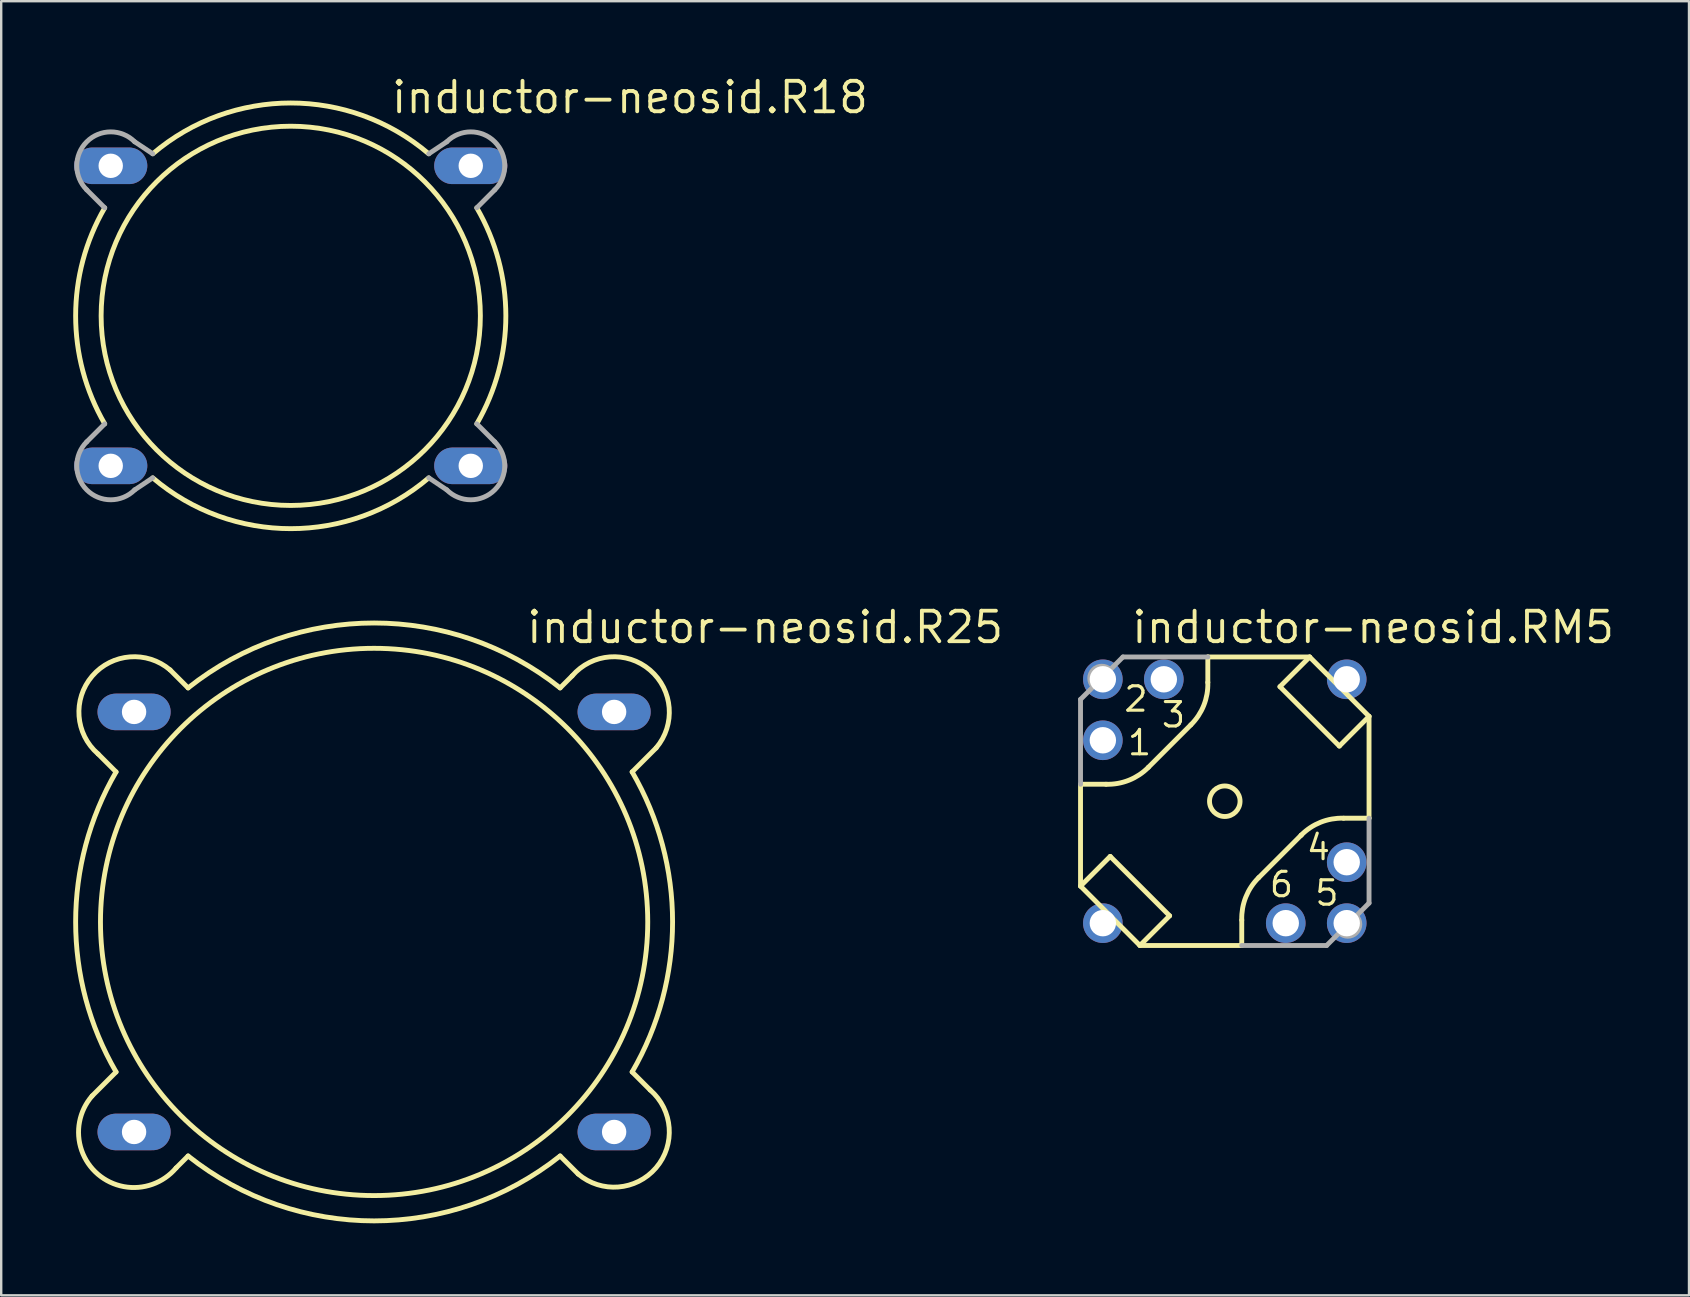
<source format=kicad_pcb>
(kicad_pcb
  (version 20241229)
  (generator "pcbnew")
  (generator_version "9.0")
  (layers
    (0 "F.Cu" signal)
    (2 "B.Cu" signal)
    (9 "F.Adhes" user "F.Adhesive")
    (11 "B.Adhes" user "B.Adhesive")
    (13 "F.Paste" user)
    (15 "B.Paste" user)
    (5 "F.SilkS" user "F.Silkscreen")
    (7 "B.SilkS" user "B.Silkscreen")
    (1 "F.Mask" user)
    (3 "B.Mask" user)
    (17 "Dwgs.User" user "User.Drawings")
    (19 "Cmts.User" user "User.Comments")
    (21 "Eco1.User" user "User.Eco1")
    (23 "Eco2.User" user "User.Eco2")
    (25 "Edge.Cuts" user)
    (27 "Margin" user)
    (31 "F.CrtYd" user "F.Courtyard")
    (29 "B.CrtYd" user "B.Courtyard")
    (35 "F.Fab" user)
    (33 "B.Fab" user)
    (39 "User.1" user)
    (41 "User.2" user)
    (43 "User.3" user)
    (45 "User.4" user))
  (footprint "inductor-neosid.R18"
    (layer "F.Cu")
    (at 9.063 10.108)
    (property "Reference" "inductor-neosid.R18" (at 4.108 -8.358 0) (layer "F.SilkS") (effects (font (size 1.27 1.27) (thickness 0.16)) (justify left bottom)))
    (attr through_hole)
    (fp_arc (start -7.75 4.5) (mid -8.961724 0) (end -7.75 -4.5) (stroke (width 0.2032) (type default)) (layer "F.SilkS"))
    (fp_arc (start -5.75 -6.75) (mid 0 -8.867074) (end 5.75 -6.75) (stroke (width 0.2032) (type default)) (layer "F.SilkS"))
    (fp_arc (start 5.75 6.75) (mid 0 8.867074) (end -5.75 6.75) (stroke (width 0.2032) (type default)) (layer "F.SilkS"))
    (fp_arc (start 7.75 -4.5) (mid 8.961724 0) (end 7.75 4.5) (stroke (width 0.2032) (type default)) (layer "F.SilkS"))
    (fp_circle (center 0 0) (end 7.9 0) (stroke (width 0.203) (type default)) (fill no) (layer "F.SilkS"))
    (fp_line (start -8.5 -5.25) (end -7.75 -4.5) (stroke (width 0.203) (type default)) (layer "F.Fab"))
    (fp_line (start -8.5 5.25) (end -7.75 4.5) (stroke (width 0.203) (type default)) (layer "F.Fab"))
    (fp_line (start -6.5 -7.25) (end -5.75 -6.75) (stroke (width 0.203) (type default)) (layer "F.Fab"))
    (fp_line (start -6.5 7.25) (end -5.75 6.75) (stroke (width 0.203) (type default)) (layer "F.Fab"))
    (fp_line (start 6.5 -7.25) (end 5.75 -6.75) (stroke (width 0.203) (type default)) (layer "F.Fab"))
    (fp_line (start 6.5 7.25) (end 5.75 6.75) (stroke (width 0.203) (type default)) (layer "F.Fab"))
    (fp_line (start 8.5 -5.25) (end 7.75 -4.5) (stroke (width 0.203) (type default)) (layer "F.Fab"))
    (fp_line (start 8.5 5.25) (end 7.75 4.5) (stroke (width 0.203) (type default)) (layer "F.Fab"))
    (fp_arc (start -8.5 -5.25) (mid -8.5 -7.25) (end -6.5 -7.25) (stroke (width 0.2032) (type default)) (layer "F.Fab"))
    (fp_arc (start -6.5 7.25) (mid -8.5 7.25) (end -8.5 5.25) (stroke (width 0.2032) (type default)) (layer "F.Fab"))
    (fp_arc (start 6.5 -7.25) (mid 8.5 -7.25) (end 8.5 -5.25) (stroke (width 0.2032) (type default)) (layer "F.Fab"))
    (fp_arc (start 8.5 5.25) (mid 8.5 7.25) (end 6.5 7.25) (stroke (width 0.2032) (type default)) (layer "F.Fab"))
    (pad "1" thru_hole oval (at -7.5 -6.25) (size 3.048 1.524) (drill 1.016) (layers "*.Cu" "*.Mask"))
    (pad "2" thru_hole oval (at 7.5 -6.25) (size 3.048 1.524) (drill 1.016) (layers "*.Cu" "*.Mask"))
    (pad "3" thru_hole oval (at -7.5 6.25) (size 3.048 1.524) (drill 1.016) (layers "*.Cu" "*.Mask"))
    (pad "4" thru_hole oval (at 7.5 6.25) (size 3.048 1.524) (drill 1.016) (layers "*.Cu" "*.Mask")))
  (footprint "inductor-neosid.R25"
    (layer "F.Cu")
    (at 12.536 35.36)
    (property "Reference" "inductor-neosid.R25" (at 6.267 -11.533 0) (layer "F.SilkS") (effects (font (size 1.27 1.27) (thickness 0.16)) (justify left bottom)))
    (attr through_hole)
    (fp_line (start -11.75 7.25) (end -10.75 6.25) (stroke (width 0.203) (type default)) (layer "F.SilkS"))
    (fp_line (start -11.5 -7) (end -10.75 -6.25) (stroke (width 0.203) (type default)) (layer "F.SilkS"))
    (fp_line (start -8.5 -10.5) (end -7.75 -9.75) (stroke (width 0.203) (type default)) (layer "F.SilkS"))
    (fp_line (start -8.25 10.25) (end -7.75 9.75) (stroke (width 0.203) (type default)) (layer "F.SilkS"))
    (fp_line (start 8.25 -10.25) (end 7.75 -9.75) (stroke (width 0.203) (type default)) (layer "F.SilkS"))
    (fp_line (start 8.5 10.5) (end 7.75 9.75) (stroke (width 0.203) (type default)) (layer "F.SilkS"))
    (fp_line (start 11.5 7) (end 10.75 6.25) (stroke (width 0.203) (type default)) (layer "F.SilkS"))
    (fp_line (start 11.75 -7.25) (end 10.75 -6.25) (stroke (width 0.203) (type default)) (layer "F.SilkS"))
    (fp_arc (start -11.5 -7) (mid -11.75 -10.25) (end -8.5 -10.5) (stroke (width 0.2032) (type default)) (layer "F.SilkS"))
    (fp_arc (start -10.75 6.25) (mid -12.43483 0) (end -10.75 -6.25) (stroke (width 0.2032) (type default)) (layer "F.SilkS"))
    (fp_arc (start -8.2498 10.25) (mid -11.4999 10.5001) (end -11.75 7.25) (stroke (width 0.2032) (type default)) (layer "F.SilkS"))
    (fp_arc (start -7.75 -9.75) (mid 0 -12.454919) (end 7.75 -9.75) (stroke (width 0.2032) (type default)) (layer "F.SilkS"))
    (fp_arc (start 7.75 9.75) (mid 0 12.454919) (end -7.75 9.75) (stroke (width 0.2032) (type default)) (layer "F.SilkS"))
    (fp_arc (start 8.25 -10.25) (mid 11.5 -10.5) (end 11.75 -7.25) (stroke (width 0.2032) (type default)) (layer "F.SilkS"))
    (fp_arc (start 10.75 -6.25) (mid 12.43483 0) (end 10.75 6.25) (stroke (width 0.2032) (type default)) (layer "F.SilkS"))
    (fp_arc (start 11.5 7) (mid 11.75 10.25) (end 8.5 10.5) (stroke (width 0.2032) (type default)) (layer "F.SilkS"))
    (fp_circle (center 0 0) (end 11.4 0) (stroke (width 0.203) (type default)) (fill no) (layer "F.SilkS"))
    (pad "1" thru_hole oval (at -10 -8.75) (size 3.048 1.524) (drill 1.016) (layers "*.Cu" "*.Mask"))
    (pad "2" thru_hole oval (at 10 -8.75) (size 3.048 1.524) (drill 1.016) (layers "*.Cu" "*.Mask"))
    (pad "3" thru_hole oval (at -10 8.75) (size 3.048 1.524) (drill 1.016) (layers "*.Cu" "*.Mask"))
    (pad "4" thru_hole oval (at 10 8.75) (size 3.048 1.524) (drill 1.016) (layers "*.Cu" "*.Mask")))
  (footprint "inductor-neosid.RM5"
    (layer "F.Cu")
    (at 47.977 30.331)
    (property "Reference" "inductor-neosid.RM5" (at -3.964 -6.504 0) (layer "F.SilkS") (effects (font (size 1.27 1.27) (thickness 0.16)) (justify left bottom)))
    (attr through_hole)
    (fp_line (start -6.01 3.536) (end -6.01 -0.707) (stroke (width 0.203) (type default)) (layer "F.SilkS"))
    (fp_line (start -6.01 3.536) (end -4.773 2.298) (stroke (width 0.203) (type default)) (layer "F.SilkS"))
    (fp_line (start -6.01 3.536) (end -3.536 6.01) (stroke (width 0.203) (type default)) (layer "F.SilkS"))
    (fp_line (start -4.95 -0.707) (end -6.01 -0.707) (stroke (width 0.203) (type default)) (layer "F.SilkS"))
    (fp_line (start -4.773 2.298) (end -2.298 4.773) (stroke (width 0.203) (type default)) (layer "F.SilkS"))
    (fp_line (start -3.536 6.01) (end 0.707 6.01) (stroke (width 0.203) (type default)) (layer "F.SilkS"))
    (fp_line (start -3.182 -1.414) (end -1.414 -3.182) (stroke (width 0.203) (type default)) (layer "F.SilkS"))
    (fp_line (start -2.298 4.773) (end -3.536 6.01) (stroke (width 0.203) (type default)) (layer "F.SilkS"))
    (fp_line (start -0.707 -6.01) (end -0.707 -4.95) (stroke (width 0.203) (type default)) (layer "F.SilkS"))
    (fp_line (start 0.707 4.95) (end 0.707 6.01) (stroke (width 0.203) (type default)) (layer "F.SilkS"))
    (fp_line (start 2.298 -4.773) (end 3.536 -6.01) (stroke (width 0.203) (type default)) (layer "F.SilkS"))
    (fp_line (start 3.182 1.414) (end 1.414 3.182) (stroke (width 0.203) (type default)) (layer "F.SilkS"))
    (fp_line (start 3.182 1.414) (end 3.182 1.414) (stroke (width 0.203) (type default)) (layer "F.SilkS"))
    (fp_line (start 3.536 -6.01) (end -0.707 -6.01) (stroke (width 0.203) (type default)) (layer "F.SilkS"))
    (fp_line (start 3.536 -6.01) (end 6.01 -3.536) (stroke (width 0.203) (type default)) (layer "F.SilkS"))
    (fp_line (start 4.773 -2.298) (end 2.298 -4.773) (stroke (width 0.203) (type default)) (layer "F.SilkS"))
    (fp_line (start 6.01 -3.536) (end 4.773 -2.298) (stroke (width 0.203) (type default)) (layer "F.SilkS"))
    (fp_line (start 6.01 -3.536) (end 6.01 0.707) (stroke (width 0.203) (type default)) (layer "F.SilkS"))
    (fp_line (start 6.01 0.707) (end 4.95 0.707) (stroke (width 0.203) (type default)) (layer "F.SilkS"))
    (fp_arc (start -3.1821 -1.414) (mid -3.992103 -0.875592) (end -4.95 -0.707) (stroke (width 0.2032) (type default)) (layer "F.SilkS"))
    (fp_arc (start -0.707 -4.95) (mid -0.875569 -3.992217) (end -1.4139 -3.1823) (stroke (width 0.2032) (type default)) (layer "F.SilkS"))
    (fp_arc (start 0.707 4.95) (mid 0.875612 3.992157) (end 1.414 3.1822) (stroke (width 0.2032) (type default)) (layer "F.SilkS"))
    (fp_arc (start 3.1819 1.4141) (mid 3.991873 0.875775) (end 4.9497 0.7072) (stroke (width 0.2032) (type default)) (layer "F.SilkS"))
    (fp_circle (center 0 0) (end 0.636 0) (stroke (width 0.203) (type default)) (fill no) (layer "F.SilkS"))
    (fp_line (start -6.01 -4.243) (end -5.48 -4.773) (stroke (width 0.203) (type default)) (layer "F.Fab"))
    (fp_line (start -6.01 -0.707) (end -6.01 -4.243) (stroke (width 0.203) (type default)) (layer "F.Fab"))
    (fp_line (start -4.773 -5.48) (end -4.773 -5.48) (stroke (width 0.203) (type default)) (layer "F.Fab"))
    (fp_line (start -4.773 -5.48) (end -4.243 -6.01) (stroke (width 0.203) (type default)) (layer "F.Fab"))
    (fp_line (start -4.243 -6.01) (end -0.707 -6.01) (stroke (width 0.203) (type default)) (layer "F.Fab"))
    (fp_line (start 0.707 6.01) (end 4.243 6.01) (stroke (width 0.203) (type default)) (layer "F.Fab"))
    (fp_line (start 4.243 6.01) (end 4.773 5.48) (stroke (width 0.203) (type default)) (layer "F.Fab"))
    (fp_line (start 5.48 4.773) (end 5.48 4.773) (stroke (width 0.203) (type default)) (layer "F.Fab"))
    (fp_line (start 5.48 4.773) (end 6.01 4.243) (stroke (width 0.203) (type default)) (layer "F.Fab"))
    (fp_line (start 6.01 4.243) (end 6.01 0.707) (stroke (width 0.203) (type default)) (layer "F.Fab"))
    (fp_arc (start -5.48 -4.773) (mid -5.47995 -5.48005) (end -4.7729 -5.4801) (stroke (width 0.2032) (type default)) (layer "F.Fab"))
    (fp_arc (start 5.4801 4.7729) (mid 5.48005 5.47995) (end 4.773 5.48) (stroke (width 0.2032) (type default)) (layer "F.Fab"))
    (fp_circle (center -5.08 -2.54) (end -4.726 -2.54) (stroke (width 0.203) (type default)) (fill no) (layer "F.Fab"))
    (fp_circle (center -2.54 -5.08) (end -2.187 -5.08) (stroke (width 0.203) (type default)) (fill no) (layer "F.Fab"))
    (fp_circle (center 2.54 5.08) (end 2.894 5.08) (stroke (width 0.203) (type default)) (fill no) (layer "F.Fab"))
    (fp_circle (center 5.08 2.54) (end 5.434 2.54) (stroke (width 0.203) (type default)) (fill no) (layer "F.Fab"))
    (fp_text user "4" (at 3.331 2.525 0) (layer "F.SilkS") (effects (font (size 1.016 1.016) (thickness 0.13)) (justify left bottom)))
    (fp_text user "6" (at 1.79 4.066 0) (layer "F.SilkS") (effects (font (size 1.016 1.016) (thickness 0.13)) (justify left bottom)))
    (fp_text user "2" (at -4.27 -3.663 0) (layer "F.SilkS") (effects (font (size 1.016 1.016) (thickness 0.13)) (justify left bottom)))
    (fp_text user "5" (at 3.685 4.419 0) (layer "F.SilkS") (effects (font (size 1.016 1.016) (thickness 0.13)) (justify left bottom)))
    (fp_text user "3" (at -2.707 -3.005 0) (layer "F.SilkS") (effects (font (size 1.016 1.016) (thickness 0.13)) (justify left bottom)))
    (fp_text user "1" (at -4.121 -1.845 0) (layer "F.SilkS") (effects (font (size 1.016 1.016) (thickness 0.13)) (justify left bottom)))
    (pad "1" thru_hole circle (at -5.08 -2.54) (size 1.65 1.65) (drill 1.1) (layers "*.Cu" "*.Mask"))
    (pad "2" thru_hole circle (at -5.08 -5.08) (size 1.65 1.65) (drill 1.1) (layers "*.Cu" "*.Mask"))
    (pad "3" thru_hole circle (at -2.54 -5.08) (size 1.65 1.65) (drill 1.1) (layers "*.Cu" "*.Mask"))
    (pad "4" thru_hole circle (at 5.08 2.54) (size 1.65 1.65) (drill 1.1) (layers "*.Cu" "*.Mask"))
    (pad "5" thru_hole circle (at 5.08 5.08) (size 1.65 1.65) (drill 1.1) (layers "*.Cu" "*.Mask"))
    (pad "6" thru_hole circle (at 2.54 5.08) (size 1.65 1.65) (drill 1.1) (layers "*.Cu" "*.Mask"))
    (pad "M1" thru_hole circle (at -5.08 5.08) (size 1.65 1.65) (drill 1.1) (layers "*.Cu" "*.Mask"))
    (pad "M2" thru_hole circle (at 5.08 -5.08) (size 1.65 1.65) (drill 1.1) (layers "*.Cu" "*.Mask")))
  (gr_rect
    (start -3 -3)
    (end 67.317 50.916)
    (stroke (width 0.1) (type default))
    (fill no)
    (layer "Edge.Cuts")))
</source>
